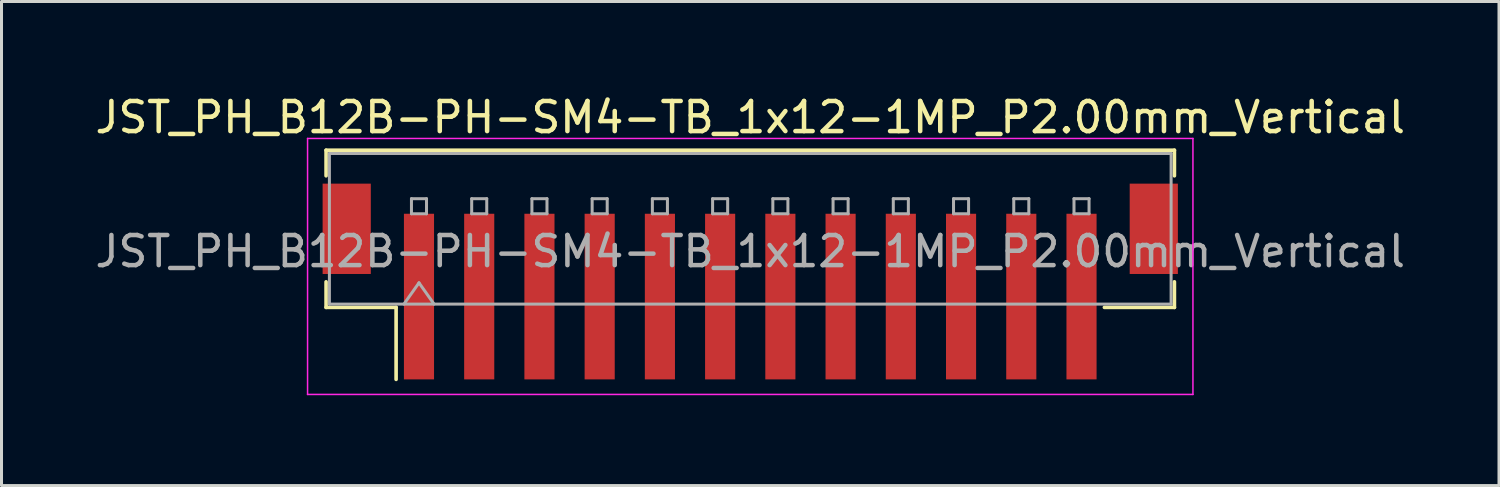
<source format=kicad_pcb>
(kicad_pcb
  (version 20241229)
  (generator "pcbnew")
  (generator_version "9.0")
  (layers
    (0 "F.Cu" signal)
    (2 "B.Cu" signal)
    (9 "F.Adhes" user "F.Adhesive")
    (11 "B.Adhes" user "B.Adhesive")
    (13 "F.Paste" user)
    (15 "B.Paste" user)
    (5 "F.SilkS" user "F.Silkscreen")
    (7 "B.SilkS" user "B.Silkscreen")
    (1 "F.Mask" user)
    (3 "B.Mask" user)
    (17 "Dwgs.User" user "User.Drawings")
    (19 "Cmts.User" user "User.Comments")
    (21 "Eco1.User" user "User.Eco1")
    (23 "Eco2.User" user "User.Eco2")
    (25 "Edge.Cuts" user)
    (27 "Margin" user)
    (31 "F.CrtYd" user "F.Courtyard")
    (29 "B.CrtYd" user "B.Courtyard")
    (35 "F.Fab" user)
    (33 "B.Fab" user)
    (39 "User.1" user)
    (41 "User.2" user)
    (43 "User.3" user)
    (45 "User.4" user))
  (footprint "JST_PH_B12B-PH-SM4-TB_1x12-1MP_P2.00mm_Vertical"
    (layer "F.Cu")
    (at 21.863 6.298)
    (property "Reference" "JST_PH_B12B-PH-SM4-TB_1x12-1MP_P2.00mm_Vertical" (at 0 -5.45 0) (layer "F.SilkS") (effects (font (size 1 1) (thickness 0.15))))
    (attr smd)
    (fp_line (start -14.085 -4.36) (end 14.085 -4.36) (stroke (width 0.12) (type solid)) (layer "F.SilkS"))
    (fp_line (start -14.085 -3.51) (end -14.085 -4.36) (stroke (width 0.12) (type solid)) (layer "F.SilkS"))
    (fp_line (start -14.085 0.01) (end -14.085 0.86) (stroke (width 0.12) (type solid)) (layer "F.SilkS"))
    (fp_line (start -14.085 0.86) (end -11.76 0.86) (stroke (width 0.12) (type solid)) (layer "F.SilkS"))
    (fp_line (start -11.76 0.86) (end -11.76 3.25) (stroke (width 0.12) (type solid)) (layer "F.SilkS"))
    (fp_line (start 14.085 -4.36) (end 14.085 -3.51) (stroke (width 0.12) (type solid)) (layer "F.SilkS"))
    (fp_line (start 14.085 0.01) (end 14.085 0.86) (stroke (width 0.12) (type solid)) (layer "F.SilkS"))
    (fp_line (start 14.085 0.86) (end 11.76 0.86) (stroke (width 0.12) (type solid)) (layer "F.SilkS"))
    (fp_line (start -14.7 -4.75) (end -14.7 3.75) (stroke (width 0.05) (type solid)) (layer "F.CrtYd"))
    (fp_line (start -14.7 3.75) (end 14.7 3.75) (stroke (width 0.05) (type solid)) (layer "F.CrtYd"))
    (fp_line (start 14.7 -4.75) (end -14.7 -4.75) (stroke (width 0.05) (type solid)) (layer "F.CrtYd"))
    (fp_line (start 14.7 3.75) (end 14.7 -4.75) (stroke (width 0.05) (type solid)) (layer "F.CrtYd"))
    (fp_line (start -13.975 -4.25) (end 13.975 -4.25) (stroke (width 0.1) (type solid)) (layer "F.Fab"))
    (fp_line (start -13.975 0.75) (end -13.975 -4.25) (stroke (width 0.1) (type solid)) (layer "F.Fab"))
    (fp_line (start -13.975 0.75) (end 13.975 0.75) (stroke (width 0.1) (type solid)) (layer "F.Fab"))
    (fp_line (start -11.5 0.75) (end -11 0.043) (stroke (width 0.1) (type solid)) (layer "F.Fab"))
    (fp_line (start -11.25 -2.75) (end -11.25 -2.25) (stroke (width 0.1) (type solid)) (layer "F.Fab"))
    (fp_line (start -11.25 -2.25) (end -10.75 -2.25) (stroke (width 0.1) (type solid)) (layer "F.Fab"))
    (fp_line (start -11 0.043) (end -10.5 0.75) (stroke (width 0.1) (type solid)) (layer "F.Fab"))
    (fp_line (start -10.75 -2.75) (end -11.25 -2.75) (stroke (width 0.1) (type solid)) (layer "F.Fab"))
    (fp_line (start -10.75 -2.25) (end -10.75 -2.75) (stroke (width 0.1) (type solid)) (layer "F.Fab"))
    (fp_line (start -9.25 -2.75) (end -9.25 -2.25) (stroke (width 0.1) (type solid)) (layer "F.Fab"))
    (fp_line (start -9.25 -2.25) (end -8.75 -2.25) (stroke (width 0.1) (type solid)) (layer "F.Fab"))
    (fp_line (start -8.75 -2.75) (end -9.25 -2.75) (stroke (width 0.1) (type solid)) (layer "F.Fab"))
    (fp_line (start -8.75 -2.25) (end -8.75 -2.75) (stroke (width 0.1) (type solid)) (layer "F.Fab"))
    (fp_line (start -7.25 -2.75) (end -7.25 -2.25) (stroke (width 0.1) (type solid)) (layer "F.Fab"))
    (fp_line (start -7.25 -2.25) (end -6.75 -2.25) (stroke (width 0.1) (type solid)) (layer "F.Fab"))
    (fp_line (start -6.75 -2.75) (end -7.25 -2.75) (stroke (width 0.1) (type solid)) (layer "F.Fab"))
    (fp_line (start -6.75 -2.25) (end -6.75 -2.75) (stroke (width 0.1) (type solid)) (layer "F.Fab"))
    (fp_line (start -5.25 -2.75) (end -5.25 -2.25) (stroke (width 0.1) (type solid)) (layer "F.Fab"))
    (fp_line (start -5.25 -2.25) (end -4.75 -2.25) (stroke (width 0.1) (type solid)) (layer "F.Fab"))
    (fp_line (start -4.75 -2.75) (end -5.25 -2.75) (stroke (width 0.1) (type solid)) (layer "F.Fab"))
    (fp_line (start -4.75 -2.25) (end -4.75 -2.75) (stroke (width 0.1) (type solid)) (layer "F.Fab"))
    (fp_line (start -3.25 -2.75) (end -3.25 -2.25) (stroke (width 0.1) (type solid)) (layer "F.Fab"))
    (fp_line (start -3.25 -2.25) (end -2.75 -2.25) (stroke (width 0.1) (type solid)) (layer "F.Fab"))
    (fp_line (start -2.75 -2.75) (end -3.25 -2.75) (stroke (width 0.1) (type solid)) (layer "F.Fab"))
    (fp_line (start -2.75 -2.25) (end -2.75 -2.75) (stroke (width 0.1) (type solid)) (layer "F.Fab"))
    (fp_line (start -1.25 -2.75) (end -1.25 -2.25) (stroke (width 0.1) (type solid)) (layer "F.Fab"))
    (fp_line (start -1.25 -2.25) (end -0.75 -2.25) (stroke (width 0.1) (type solid)) (layer "F.Fab"))
    (fp_line (start -0.75 -2.75) (end -1.25 -2.75) (stroke (width 0.1) (type solid)) (layer "F.Fab"))
    (fp_line (start -0.75 -2.25) (end -0.75 -2.75) (stroke (width 0.1) (type solid)) (layer "F.Fab"))
    (fp_line (start 0.75 -2.75) (end 0.75 -2.25) (stroke (width 0.1) (type solid)) (layer "F.Fab"))
    (fp_line (start 0.75 -2.25) (end 1.25 -2.25) (stroke (width 0.1) (type solid)) (layer "F.Fab"))
    (fp_line (start 1.25 -2.75) (end 0.75 -2.75) (stroke (width 0.1) (type solid)) (layer "F.Fab"))
    (fp_line (start 1.25 -2.25) (end 1.25 -2.75) (stroke (width 0.1) (type solid)) (layer "F.Fab"))
    (fp_line (start 2.75 -2.75) (end 2.75 -2.25) (stroke (width 0.1) (type solid)) (layer "F.Fab"))
    (fp_line (start 2.75 -2.25) (end 3.25 -2.25) (stroke (width 0.1) (type solid)) (layer "F.Fab"))
    (fp_line (start 3.25 -2.75) (end 2.75 -2.75) (stroke (width 0.1) (type solid)) (layer "F.Fab"))
    (fp_line (start 3.25 -2.25) (end 3.25 -2.75) (stroke (width 0.1) (type solid)) (layer "F.Fab"))
    (fp_line (start 4.75 -2.75) (end 4.75 -2.25) (stroke (width 0.1) (type solid)) (layer "F.Fab"))
    (fp_line (start 4.75 -2.25) (end 5.25 -2.25) (stroke (width 0.1) (type solid)) (layer "F.Fab"))
    (fp_line (start 5.25 -2.75) (end 4.75 -2.75) (stroke (width 0.1) (type solid)) (layer "F.Fab"))
    (fp_line (start 5.25 -2.25) (end 5.25 -2.75) (stroke (width 0.1) (type solid)) (layer "F.Fab"))
    (fp_line (start 6.75 -2.75) (end 6.75 -2.25) (stroke (width 0.1) (type solid)) (layer "F.Fab"))
    (fp_line (start 6.75 -2.25) (end 7.25 -2.25) (stroke (width 0.1) (type solid)) (layer "F.Fab"))
    (fp_line (start 7.25 -2.75) (end 6.75 -2.75) (stroke (width 0.1) (type solid)) (layer "F.Fab"))
    (fp_line (start 7.25 -2.25) (end 7.25 -2.75) (stroke (width 0.1) (type solid)) (layer "F.Fab"))
    (fp_line (start 8.75 -2.75) (end 8.75 -2.25) (stroke (width 0.1) (type solid)) (layer "F.Fab"))
    (fp_line (start 8.75 -2.25) (end 9.25 -2.25) (stroke (width 0.1) (type solid)) (layer "F.Fab"))
    (fp_line (start 9.25 -2.75) (end 8.75 -2.75) (stroke (width 0.1) (type solid)) (layer "F.Fab"))
    (fp_line (start 9.25 -2.25) (end 9.25 -2.75) (stroke (width 0.1) (type solid)) (layer "F.Fab"))
    (fp_line (start 10.75 -2.75) (end 10.75 -2.25) (stroke (width 0.1) (type solid)) (layer "F.Fab"))
    (fp_line (start 10.75 -2.25) (end 11.25 -2.25) (stroke (width 0.1) (type solid)) (layer "F.Fab"))
    (fp_line (start 11.25 -2.75) (end 10.75 -2.75) (stroke (width 0.1) (type solid)) (layer "F.Fab"))
    (fp_line (start 11.25 -2.25) (end 11.25 -2.75) (stroke (width 0.1) (type solid)) (layer "F.Fab"))
    (fp_line (start 13.975 0.75) (end 13.975 -4.25) (stroke (width 0.1) (type solid)) (layer "F.Fab"))
    (fp_text user "${REFERENCE}" (at 0 -1 0) (layer "F.Fab") (effects (font (size 1 1) (thickness 0.15))))
    (pad "1" smd rect (at -11 0.5) (size 1 5.5) (layers "F.Cu" "F.Mask" "F.Paste"))
    (pad "2" smd rect (at -9 0.5) (size 1 5.5) (layers "F.Cu" "F.Mask" "F.Paste"))
    (pad "3" smd rect (at -7 0.5) (size 1 5.5) (layers "F.Cu" "F.Mask" "F.Paste"))
    (pad "4" smd rect (at -5 0.5) (size 1 5.5) (layers "F.Cu" "F.Mask" "F.Paste"))
    (pad "5" smd rect (at -3 0.5) (size 1 5.5) (layers "F.Cu" "F.Mask" "F.Paste"))
    (pad "6" smd rect (at -1 0.5) (size 1 5.5) (layers "F.Cu" "F.Mask" "F.Paste"))
    (pad "7" smd rect (at 1 0.5) (size 1 5.5) (layers "F.Cu" "F.Mask" "F.Paste"))
    (pad "8" smd rect (at 3 0.5) (size 1 5.5) (layers "F.Cu" "F.Mask" "F.Paste"))
    (pad "9" smd rect (at 5 0.5) (size 1 5.5) (layers "F.Cu" "F.Mask" "F.Paste"))
    (pad "10" smd rect (at 7 0.5) (size 1 5.5) (layers "F.Cu" "F.Mask" "F.Paste"))
    (pad "11" smd rect (at 9 0.5) (size 1 5.5) (layers "F.Cu" "F.Mask" "F.Paste"))
    (pad "12" smd rect (at 11 0.5) (size 1 5.5) (layers "F.Cu" "F.Mask" "F.Paste"))
    (pad "MP" smd rect (at -13.4 -1.75) (size 1.6 3) (layers "F.Cu" "F.Mask" "F.Paste"))
    (pad "MP" smd rect (at 13.4 -1.75) (size 1.6 3) (layers "F.Cu" "F.Mask" "F.Paste")))
  (gr_rect
    (start -3 -3)
    (end 46.726 13.073)
    (stroke (width 0.1) (type default))
    (fill no)
    (layer "Edge.Cuts")))
</source>
